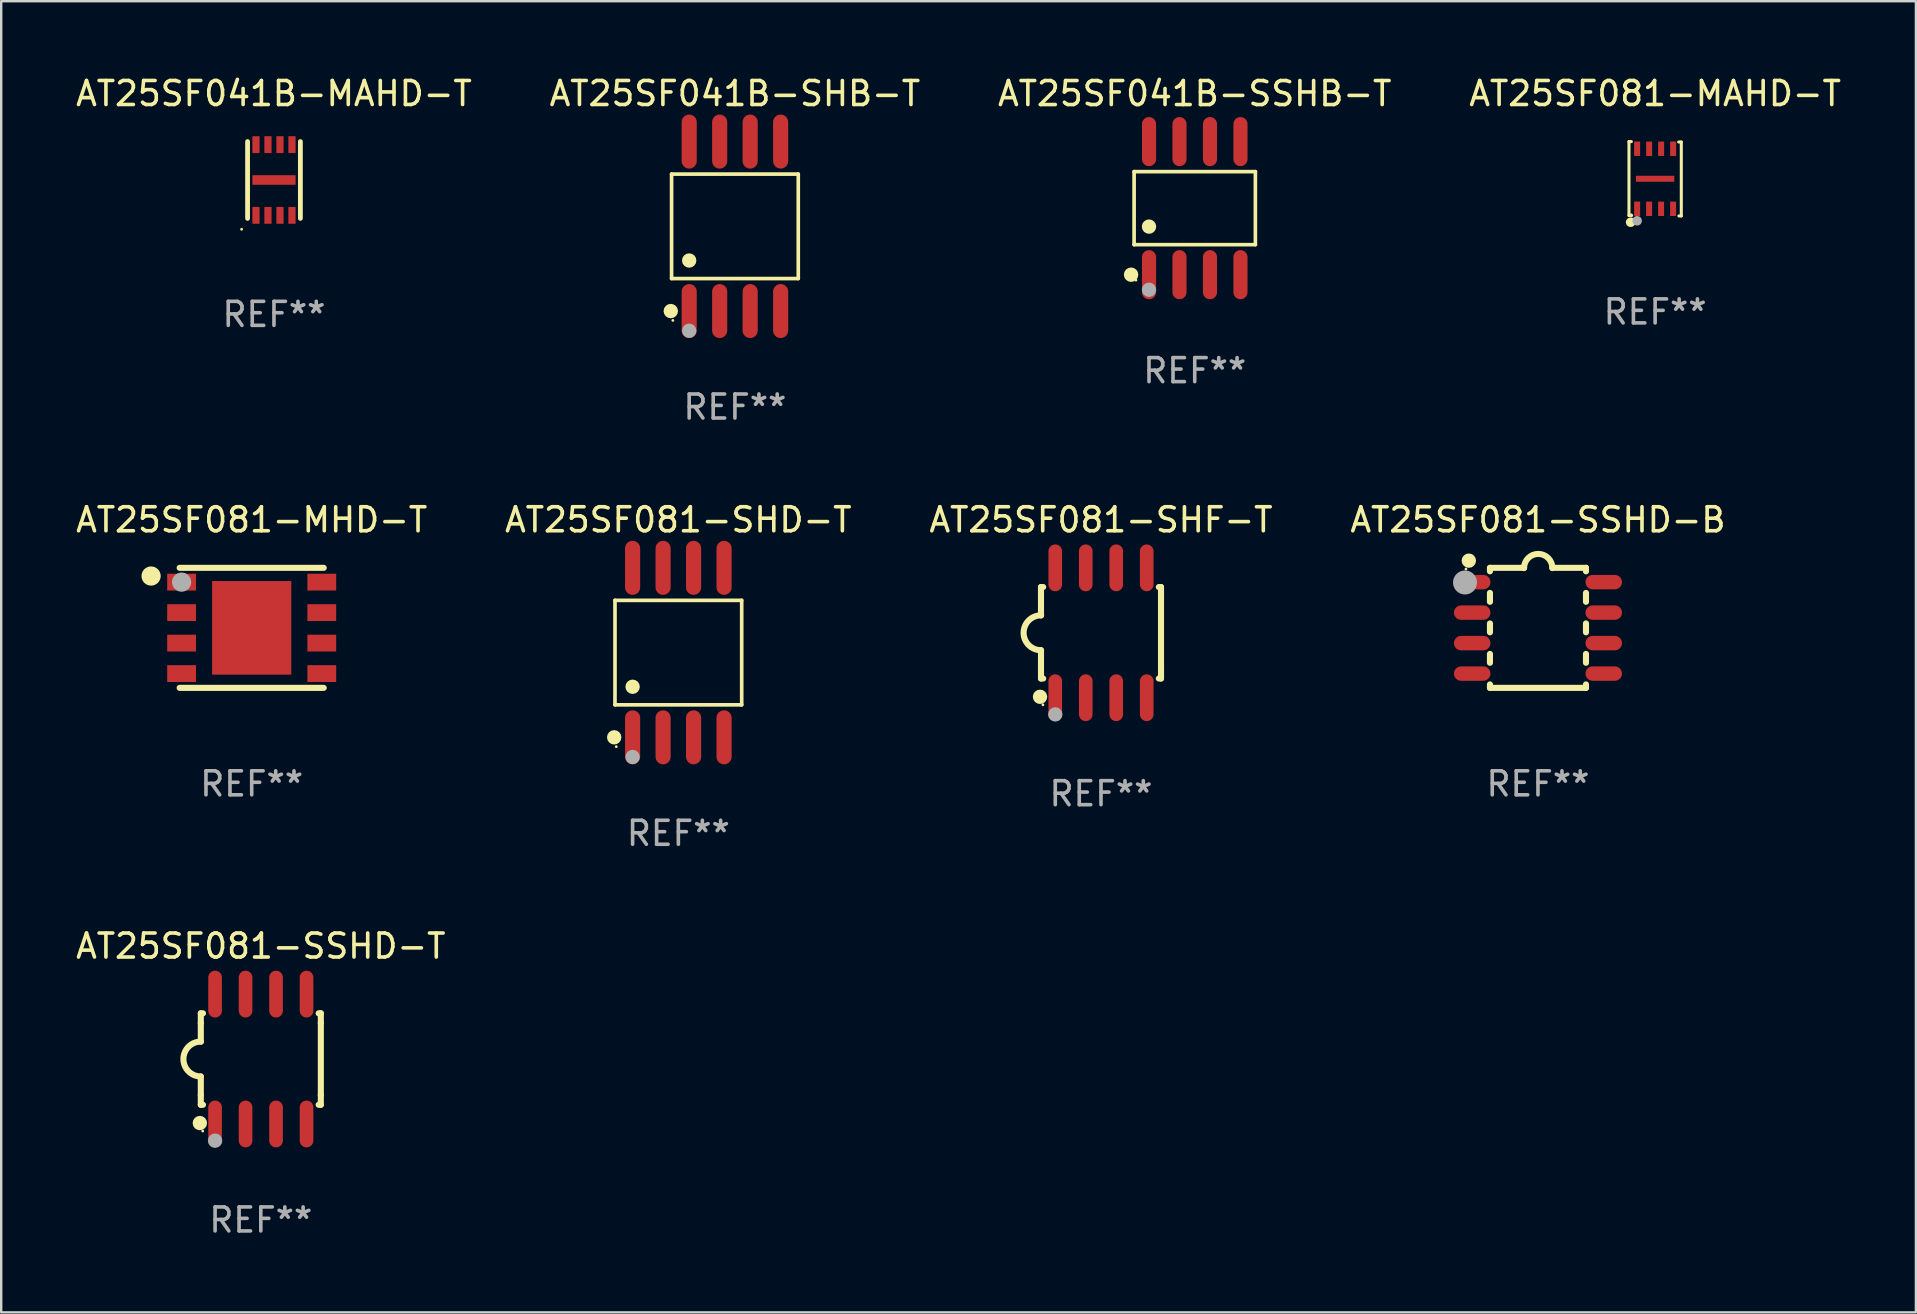
<source format=kicad_pcb>
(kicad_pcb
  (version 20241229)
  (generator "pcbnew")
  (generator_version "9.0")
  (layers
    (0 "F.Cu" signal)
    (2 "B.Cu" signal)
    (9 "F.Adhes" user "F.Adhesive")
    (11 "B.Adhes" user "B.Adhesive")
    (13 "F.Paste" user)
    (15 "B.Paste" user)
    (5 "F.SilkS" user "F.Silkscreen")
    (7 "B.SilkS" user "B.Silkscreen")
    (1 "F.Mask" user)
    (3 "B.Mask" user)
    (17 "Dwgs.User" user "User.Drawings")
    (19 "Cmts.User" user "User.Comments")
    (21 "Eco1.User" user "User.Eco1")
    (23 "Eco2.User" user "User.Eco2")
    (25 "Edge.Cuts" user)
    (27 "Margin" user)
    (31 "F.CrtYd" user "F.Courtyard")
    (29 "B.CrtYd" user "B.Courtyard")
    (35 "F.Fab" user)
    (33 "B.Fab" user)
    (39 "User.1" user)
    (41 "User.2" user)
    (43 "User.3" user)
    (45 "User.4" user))
  (footprint "AT25SF081-MAHD-T"
    (layer "F.Cu")
    (at 65.899 4.397)
    (property "Reference" "AT25SF081-MAHD-T" (at 0 -3.549 0) (layer "F.SilkS") (effects (font (size 1 1) (thickness 0.15))))
    (attr through_hole)
    (fp_line (start -1.09 -1.549) (end -1.09 1.531) (stroke (width 0.127) (type solid)) (layer "F.SilkS"))
    (fp_line (start -1.09 1.531) (end -0.98 1.531) (stroke (width 0.127) (type solid)) (layer "F.SilkS"))
    (fp_line (start -0.99 -1.549) (end -1.09 -1.549) (stroke (width 0.127) (type solid)) (layer "F.SilkS"))
    (fp_line (start 0.99 1.549) (end 1.09 1.549) (stroke (width 0.127) (type solid)) (layer "F.SilkS"))
    (fp_line (start 1.09 -1.531) (end 0.98 -1.531) (stroke (width 0.127) (type solid)) (layer "F.SilkS"))
    (fp_line (start 1.09 1.549) (end 1.09 -1.531) (stroke (width 0.127) (type solid)) (layer "F.SilkS"))
    (fp_circle (center -1.02 1.811) (end -0.92 1.811) (stroke (width 0.2) (type solid)) (fill no) (layer "F.SilkS"))
    (fp_circle (center -1 1.5) (end -0.97 1.5) (stroke (width 0.06) (type solid)) (fill no) (layer "F.SilkS"))
    (fp_circle (center -0.75 1.751) (end -0.65 1.751) (stroke (width 0.2) (type solid)) (fill no) (layer "F.Fab"))
    (fp_text user "REF**" (at 0 5.549 0) (layer "F.Fab") (effects (font (size 1 1) (thickness 0.15))))
    (pad "1" smd rect (at -0.75 1.25 180) (size 0.25 0.6) (layers "F.Cu" "F.Mask" "F.Paste"))
    (pad "2" smd rect (at -0.252 1.252 180) (size 0.25 0.6) (layers "F.Cu" "F.Mask" "F.Paste"))
    (pad "3" smd rect (at 0.248 1.252 180) (size 0.25 0.6) (layers "F.Cu" "F.Mask" "F.Paste"))
    (pad "4" smd rect (at 0.748 1.252 180) (size 0.25 0.6) (layers "F.Cu" "F.Mask" "F.Paste"))
    (pad "5" smd rect (at 0.75 -1.25 180) (size 0.25 0.6) (layers "F.Cu" "F.Mask" "F.Paste"))
    (pad "6" smd rect (at 0.25 -1.25 180) (size 0.25 0.6) (layers "F.Cu" "F.Mask" "F.Paste"))
    (pad "7" smd rect (at -0.25 -1.25 180) (size 0.25 0.6) (layers "F.Cu" "F.Mask" "F.Paste"))
    (pad "8" smd rect (at -0.75 -1.25 180) (size 0.25 0.6) (layers "F.Cu" "F.Mask" "F.Paste"))
    (pad "9" smd rect (at -0.000102 0 270) (size 0.25 1.6) (layers "F.Cu" "F.Mask" "F.Paste")))
  (footprint "AT25SF081-SSHD-T"
    (layer "F.Cu")
    (at 7.815 41.067)
    (property "Reference" "AT25SF081-SSHD-T" (at 0 -4.705 0) (layer "F.SilkS") (effects (font (size 1 1) (thickness 0.15))))
    (attr through_hole)
    (fp_line (start -2.5 -1.905) (end -2.409 -1.905) (stroke (width 0.254) (type solid)) (layer "F.SilkS"))
    (fp_line (start -2.5 -1.5) (end -2.5 -1.905) (stroke (width 0.254) (type solid)) (layer "F.SilkS"))
    (fp_line (start -2.5 -1.5) (end -2.5 -0.726) (stroke (width 0.254) (type solid)) (layer "F.SilkS"))
    (fp_line (start -2.5 1.5) (end -2.5 0.727) (stroke (width 0.254) (type solid)) (layer "F.SilkS"))
    (fp_line (start -2.5 1.5) (end -2.5 1.905) (stroke (width 0.254) (type solid)) (layer "F.SilkS"))
    (fp_line (start -2.5 1.905) (end -2.409 1.905) (stroke (width 0.254) (type solid)) (layer "F.SilkS"))
    (fp_line (start 2.5 -1.905) (end 2.409 -1.905) (stroke (width 0.254) (type solid)) (layer "F.SilkS"))
    (fp_line (start 2.5 -1.5) (end 2.5 -1.905) (stroke (width 0.254) (type solid)) (layer "F.SilkS"))
    (fp_line (start 2.5 -1.5) (end 2.5 1.5) (stroke (width 0.254) (type solid)) (layer "F.SilkS"))
    (fp_line (start 2.5 1.5) (end 2.5 1.905) (stroke (width 0.254) (type solid)) (layer "F.SilkS"))
    (fp_line (start 2.5 1.905) (end 2.409 1.905) (stroke (width 0.254) (type solid)) (layer "F.SilkS"))
    (fp_arc (start -2.5 0.726568) (mid -3.220316 -0.0023) (end -2.495097 -0.726289) (stroke (width 0.254001) (type solid)) (layer "F.SilkS"))
    (fp_circle (center -2.54 2.667) (end -2.39 2.667) (stroke (width 0.3) (type solid)) (fill no) (layer "F.SilkS"))
    (fp_circle (center -2.42 3) (end -2.39 3) (stroke (width 0.06) (type solid)) (fill no) (layer "F.SilkS"))
    (fp_circle (center -1.905 3.4) (end -1.755 3.4) (stroke (width 0.3) (type solid)) (fill no) (layer "F.Fab"))
    (fp_text user "REF**" (at 0 6.705 0) (layer "F.Fab") (effects (font (size 1 1) (thickness 0.15))))
    (pad "1" smd oval (at -1.905 2.705) (size 0.568 1.95) (layers "F.Cu" "F.Mask" "F.Paste"))
    (pad "2" smd oval (at -0.635 2.705) (size 0.568 1.95) (layers "F.Cu" "F.Mask" "F.Paste"))
    (pad "3" smd oval (at 0.635 2.705) (size 0.568 1.95) (layers "F.Cu" "F.Mask" "F.Paste"))
    (pad "4" smd oval (at 1.905 2.705) (size 0.568 1.95) (layers "F.Cu" "F.Mask" "F.Paste"))
    (pad "5" smd oval (at 1.905 -2.705) (size 0.568 1.95) (layers "F.Cu" "F.Mask" "F.Paste"))
    (pad "6" smd oval (at 0.635 -2.705) (size 0.568 1.95) (layers "F.Cu" "F.Mask" "F.Paste"))
    (pad "7" smd oval (at -0.635 -2.705) (size 0.568 1.95) (layers "F.Cu" "F.Mask" "F.Paste"))
    (pad "8" smd oval (at -1.905 -2.705) (size 0.568 1.95) (layers "F.Cu" "F.Mask" "F.Paste")))
  (footprint "AT25SF041B-SHB-T"
    (layer "F.Cu")
    (at 27.565 6.378)
    (property "Reference" "AT25SF041B-SHB-T" (at 0 -5.53 0) (layer "F.SilkS") (effects (font (size 1 1) (thickness 0.15))))
    (attr through_hole)
    (fp_line (start -2.639 -2.176) (end 2.639 -2.176) (stroke (width 0.152) (type solid)) (layer "F.SilkS"))
    (fp_line (start -2.639 2.176) (end -2.639 -2.176) (stroke (width 0.152) (type solid)) (layer "F.SilkS"))
    (fp_line (start 2.639 -2.176) (end 2.639 2.176) (stroke (width 0.152) (type solid)) (layer "F.SilkS"))
    (fp_line (start 2.639 2.176) (end -2.639 2.176) (stroke (width 0.152) (type solid)) (layer "F.SilkS"))
    (fp_circle (center -2.672 3.53) (end -2.522 3.53) (stroke (width 0.3) (type solid)) (fill no) (layer "F.SilkS"))
    (fp_circle (center -2.585 3.92) (end -2.555 3.92) (stroke (width 0.06) (type solid)) (fill no) (layer "F.SilkS"))
    (fp_circle (center -1.905 1.424) (end -1.755 1.424) (stroke (width 0.3) (type solid)) (fill no) (layer "F.SilkS"))
    (fp_circle (center -1.905 4.35) (end -1.755 4.35) (stroke (width 0.3) (type solid)) (fill no) (layer "F.Fab"))
    (fp_text user "REF**" (at 0 7.53 0) (layer "F.Fab") (effects (font (size 1 1) (thickness 0.15))))
    (pad "1" smd oval (at -1.905 3.53) (size 0.63 2.25) (layers "F.Cu" "F.Mask" "F.Paste"))
    (pad "2" smd oval (at -0.635 3.53) (size 0.63 2.25) (layers "F.Cu" "F.Mask" "F.Paste"))
    (pad "3" smd oval (at 0.635 3.53) (size 0.63 2.25) (layers "F.Cu" "F.Mask" "F.Paste"))
    (pad "4" smd oval (at 1.905 3.53) (size 0.63 2.25) (layers "F.Cu" "F.Mask" "F.Paste"))
    (pad "5" smd oval (at 1.905 -3.53) (size 0.63 2.25) (layers "F.Cu" "F.Mask" "F.Paste"))
    (pad "6" smd oval (at 0.635 -3.53) (size 0.63 2.25) (layers "F.Cu" "F.Mask" "F.Paste"))
    (pad "7" smd oval (at -0.635 -3.53) (size 0.63 2.25) (layers "F.Cu" "F.Mask" "F.Paste"))
    (pad "8" smd oval (at -1.905 -3.53) (size 0.63 2.25) (layers "F.Cu" "F.Mask" "F.Paste")))
  (footprint "AT25SF041B-MAHD-T"
    (layer "F.Cu")
    (at 8.363 4.448)
    (property "Reference" "AT25SF041B-MAHD-T" (at 0 -3.6 0) (layer "F.SilkS") (effects (font (size 1 1) (thickness 0.15))))
    (attr through_hole)
    (fp_line (start -1.1 1.6) (end -1.1 -1.6) (stroke (width 0.2) (type solid)) (layer "F.SilkS"))
    (fp_line (start 1.1 1.6) (end 1.1 -1.6) (stroke (width 0.2) (type solid)) (layer "F.SilkS"))
    (fp_circle (center -1.348 2.052) (end -1.318 2.052) (stroke (width 0.06) (type solid)) (fill no) (layer "F.SilkS"))
    (fp_text user "REF**" (at 0 5.6 0) (layer "F.Fab") (effects (font (size 1 1) (thickness 0.15))))
    (pad "1" smd rect (at -0.75 1.473 90) (size 0.7 0.3) (layers "F.Cu" "F.Mask" "F.Paste"))
    (pad "2" smd rect (at -0.25 1.473 90) (size 0.7 0.3) (layers "F.Cu" "F.Mask" "F.Paste"))
    (pad "3" smd rect (at 0.25 1.473 90) (size 0.7 0.3) (layers "F.Cu" "F.Mask" "F.Paste"))
    (pad "4" smd rect (at 0.75 1.473 90) (size 0.7 0.3) (layers "F.Cu" "F.Mask" "F.Paste"))
    (pad "5" smd rect (at 0.75 -1.473 90) (size 0.7 0.3) (layers "F.Cu" "F.Mask" "F.Paste"))
    (pad "6" smd rect (at 0.25 -1.473 90) (size 0.7 0.3) (layers "F.Cu" "F.Mask" "F.Paste"))
    (pad "7" smd rect (at -0.25 -1.473 90) (size 0.7 0.3) (layers "F.Cu" "F.Mask" "F.Paste"))
    (pad "8" smd rect (at -0.75 -1.473 90) (size 0.7 0.3) (layers "F.Cu" "F.Mask" "F.Paste"))
    (pad "9" smd rect (at 0.000127 0) (size 1.8 0.4) (layers "F.Cu" "F.Mask" "F.Paste")))
  (footprint "AT25SF081-SHD-T"
    (layer "F.Cu")
    (at 25.208 24.135)
    (property "Reference" "AT25SF081-SHD-T" (at 0 -5.53 0) (layer "F.SilkS") (effects (font (size 1 1) (thickness 0.15))))
    (attr through_hole)
    (fp_line (start -2.639 -2.176) (end 2.639 -2.176) (stroke (width 0.152) (type solid)) (layer "F.SilkS"))
    (fp_line (start -2.639 2.176) (end -2.639 -2.176) (stroke (width 0.152) (type solid)) (layer "F.SilkS"))
    (fp_line (start 2.639 -2.176) (end 2.639 2.176) (stroke (width 0.152) (type solid)) (layer "F.SilkS"))
    (fp_line (start 2.639 2.176) (end -2.639 2.176) (stroke (width 0.152) (type solid)) (layer "F.SilkS"))
    (fp_circle (center -2.672 3.53) (end -2.522 3.53) (stroke (width 0.3) (type solid)) (fill no) (layer "F.SilkS"))
    (fp_circle (center -2.585 3.92) (end -2.555 3.92) (stroke (width 0.06) (type solid)) (fill no) (layer "F.SilkS"))
    (fp_circle (center -1.905 1.424) (end -1.755 1.424) (stroke (width 0.3) (type solid)) (fill no) (layer "F.SilkS"))
    (fp_circle (center -1.905 4.35) (end -1.755 4.35) (stroke (width 0.3) (type solid)) (fill no) (layer "F.Fab"))
    (fp_text user "REF**" (at 0 7.53 0) (layer "F.Fab") (effects (font (size 1 1) (thickness 0.15))))
    (pad "1" smd oval (at -1.905 3.53) (size 0.63 2.25) (layers "F.Cu" "F.Mask" "F.Paste"))
    (pad "2" smd oval (at -0.635 3.53) (size 0.63 2.25) (layers "F.Cu" "F.Mask" "F.Paste"))
    (pad "3" smd oval (at 0.635 3.53) (size 0.63 2.25) (layers "F.Cu" "F.Mask" "F.Paste"))
    (pad "4" smd oval (at 1.905 3.53) (size 0.63 2.25) (layers "F.Cu" "F.Mask" "F.Paste"))
    (pad "5" smd oval (at 1.905 -3.53) (size 0.63 2.25) (layers "F.Cu" "F.Mask" "F.Paste"))
    (pad "6" smd oval (at 0.635 -3.53) (size 0.63 2.25) (layers "F.Cu" "F.Mask" "F.Paste"))
    (pad "7" smd oval (at -0.635 -3.53) (size 0.63 2.25) (layers "F.Cu" "F.Mask" "F.Paste"))
    (pad "8" smd oval (at -1.905 -3.53) (size 0.63 2.25) (layers "F.Cu" "F.Mask" "F.Paste")))
  (footprint "AT25SF081-SSHD-B"
    (layer "F.Cu")
    (at 61.018 23.105)
    (property "Reference" "AT25SF081-SSHD-B" (at 0 -4.5 0) (layer "F.SilkS") (effects (font (size 1 1) (thickness 0.15))))
    (attr through_hole)
    (fp_line (start -2 -2.5) (end -2 -2.356) (stroke (width 0.254) (type solid)) (layer "F.SilkS"))
    (fp_line (start -2 -1.454) (end -2 -1.086) (stroke (width 0.254) (type solid)) (layer "F.SilkS"))
    (fp_line (start -2 -0.184) (end -2 0.184) (stroke (width 0.254) (type solid)) (layer "F.SilkS"))
    (fp_line (start -2 1.086) (end -2 1.454) (stroke (width 0.254) (type solid)) (layer "F.SilkS"))
    (fp_line (start -2 2.356) (end -2 2.5) (stroke (width 0.254) (type solid)) (layer "F.SilkS"))
    (fp_line (start -0.58 -2.5) (end -2 -2.5) (stroke (width 0.254) (type solid)) (layer "F.SilkS"))
    (fp_line (start 2 -2.5) (end 0.6 -2.5) (stroke (width 0.254) (type solid)) (layer "F.SilkS"))
    (fp_line (start 2 -2.5) (end 2 -2.356) (stroke (width 0.254) (type solid)) (layer "F.SilkS"))
    (fp_line (start 2 -1.454) (end 2 -1.086) (stroke (width 0.254) (type solid)) (layer "F.SilkS"))
    (fp_line (start 2 -0.184) (end 2 0.184) (stroke (width 0.254) (type solid)) (layer "F.SilkS"))
    (fp_line (start 2 1.086) (end 2 1.454) (stroke (width 0.254) (type solid)) (layer "F.SilkS"))
    (fp_line (start 2 2.356) (end 2 2.5) (stroke (width 0.254) (type solid)) (layer "F.SilkS"))
    (fp_line (start 2 2.5) (end -2 2.5) (stroke (width 0.254) (type solid)) (layer "F.SilkS"))
    (fp_arc (start -0.579908 -2.489992) (mid 0.010097 -3.07831) (end 0.600102 -2.489992) (stroke (width 0.254001) (type solid)) (layer "F.SilkS"))
    (fp_circle (center -3 -2.45) (end -2.97 -2.45) (stroke (width 0.06) (type solid)) (fill no) (layer "F.SilkS"))
    (fp_circle (center -2.88 -2.8) (end -2.73 -2.8) (stroke (width 0.3) (type solid)) (fill no) (layer "F.SilkS"))
    (fp_circle (center -3.04 -1.89) (end -2.79 -1.89) (stroke (width 0.5) (type solid)) (fill no) (layer "F.Fab"))
    (fp_text user "REF**" (at 0 6.5 0) (layer "F.Fab") (effects (font (size 1 1) (thickness 0.15))))
    (pad "1" smd oval (at -2.74 -1.905 90) (size 0.6 1.52) (layers "F.Cu" "F.Mask" "F.Paste"))
    (pad "2" smd oval (at -2.74 -0.635 90) (size 0.6 1.52) (layers "F.Cu" "F.Mask" "F.Paste"))
    (pad "3" smd oval (at -2.74 0.635 90) (size 0.6 1.52) (layers "F.Cu" "F.Mask" "F.Paste"))
    (pad "4" smd oval (at -2.74 1.905 90) (size 0.6 1.52) (layers "F.Cu" "F.Mask" "F.Paste"))
    (pad "5" smd oval (at 2.74 1.905 90) (size 0.6 1.52) (layers "F.Cu" "F.Mask" "F.Paste"))
    (pad "6" smd oval (at 2.74 0.635 90) (size 0.6 1.52) (layers "F.Cu" "F.Mask" "F.Paste"))
    (pad "7" smd oval (at 2.74 -0.635 90) (size 0.6 1.52) (layers "F.Cu" "F.Mask" "F.Paste"))
    (pad "8" smd oval (at 2.74 -1.905 90) (size 0.6 1.52) (layers "F.Cu" "F.Mask" "F.Paste")))
  (footprint "AT25SF081-SHF-T"
    (layer "F.Cu")
    (at 42.815 23.31)
    (property "Reference" "AT25SF081-SHF-T" (at 0 -4.705 0) (layer "F.SilkS") (effects (font (size 1 1) (thickness 0.15))))
    (attr through_hole)
    (fp_line (start -2.5 -1.905) (end -2.409 -1.905) (stroke (width 0.254) (type solid)) (layer "F.SilkS"))
    (fp_line (start -2.5 -1.5) (end -2.5 -1.905) (stroke (width 0.254) (type solid)) (layer "F.SilkS"))
    (fp_line (start -2.5 -1.5) (end -2.5 -0.726) (stroke (width 0.254) (type solid)) (layer "F.SilkS"))
    (fp_line (start -2.5 1.5) (end -2.5 0.727) (stroke (width 0.254) (type solid)) (layer "F.SilkS"))
    (fp_line (start -2.5 1.5) (end -2.5 1.905) (stroke (width 0.254) (type solid)) (layer "F.SilkS"))
    (fp_line (start -2.5 1.905) (end -2.409 1.905) (stroke (width 0.254) (type solid)) (layer "F.SilkS"))
    (fp_line (start 2.5 -1.905) (end 2.409 -1.905) (stroke (width 0.254) (type solid)) (layer "F.SilkS"))
    (fp_line (start 2.5 -1.5) (end 2.5 -1.905) (stroke (width 0.254) (type solid)) (layer "F.SilkS"))
    (fp_line (start 2.5 -1.5) (end 2.5 1.5) (stroke (width 0.254) (type solid)) (layer "F.SilkS"))
    (fp_line (start 2.5 1.5) (end 2.5 1.905) (stroke (width 0.254) (type solid)) (layer "F.SilkS"))
    (fp_line (start 2.5 1.905) (end 2.409 1.905) (stroke (width 0.254) (type solid)) (layer "F.SilkS"))
    (fp_arc (start -2.5 0.726568) (mid -3.220316 -0.0023) (end -2.495097 -0.726289) (stroke (width 0.254001) (type solid)) (layer "F.SilkS"))
    (fp_circle (center -2.54 2.667) (end -2.39 2.667) (stroke (width 0.3) (type solid)) (fill no) (layer "F.SilkS"))
    (fp_circle (center -2.42 3) (end -2.39 3) (stroke (width 0.06) (type solid)) (fill no) (layer "F.SilkS"))
    (fp_circle (center -1.905 3.4) (end -1.755 3.4) (stroke (width 0.3) (type solid)) (fill no) (layer "F.Fab"))
    (fp_text user "REF**" (at 0 6.705 0) (layer "F.Fab") (effects (font (size 1 1) (thickness 0.15))))
    (pad "1" smd oval (at -1.905 2.705) (size 0.568 1.95) (layers "F.Cu" "F.Mask" "F.Paste"))
    (pad "2" smd oval (at -0.635 2.705) (size 0.568 1.95) (layers "F.Cu" "F.Mask" "F.Paste"))
    (pad "3" smd oval (at 0.635 2.705) (size 0.568 1.95) (layers "F.Cu" "F.Mask" "F.Paste"))
    (pad "4" smd oval (at 1.905 2.705) (size 0.568 1.95) (layers "F.Cu" "F.Mask" "F.Paste"))
    (pad "5" smd oval (at 1.905 -2.705) (size 0.568 1.95) (layers "F.Cu" "F.Mask" "F.Paste"))
    (pad "6" smd oval (at 0.635 -2.705) (size 0.568 1.95) (layers "F.Cu" "F.Mask" "F.Paste"))
    (pad "7" smd oval (at -0.635 -2.705) (size 0.568 1.95) (layers "F.Cu" "F.Mask" "F.Paste"))
    (pad "8" smd oval (at -1.905 -2.705) (size 0.568 1.95) (layers "F.Cu" "F.Mask" "F.Paste")))
  (footprint "AT25SF041B-SSHB-T"
    (layer "F.Cu")
    (at 46.72 5.621)
    (property "Reference" "AT25SF041B-SSHB-T" (at 0 -4.772 0) (layer "F.SilkS") (effects (font (size 1 1) (thickness 0.15))))
    (attr through_hole)
    (fp_line (start -2.526 -1.521) (end 2.526 -1.521) (stroke (width 0.152) (type solid)) (layer "F.SilkS"))
    (fp_line (start -2.526 1.521) (end -2.526 -1.521) (stroke (width 0.152) (type solid)) (layer "F.SilkS"))
    (fp_line (start 2.526 -1.521) (end 2.526 1.521) (stroke (width 0.152) (type solid)) (layer "F.SilkS"))
    (fp_line (start 2.526 1.521) (end -2.526 1.521) (stroke (width 0.152) (type solid)) (layer "F.SilkS"))
    (fp_circle (center -2.652 2.772) (end -2.501 2.772) (stroke (width 0.3) (type solid)) (fill no) (layer "F.SilkS"))
    (fp_circle (center -2.45 3) (end -2.42 3) (stroke (width 0.06) (type solid)) (fill no) (layer "F.SilkS"))
    (fp_circle (center -1.905 0.769) (end -1.755 0.769) (stroke (width 0.3) (type solid)) (fill no) (layer "F.SilkS"))
    (fp_circle (center -1.905 3.4) (end -1.755 3.4) (stroke (width 0.3) (type solid)) (fill no) (layer "F.Fab"))
    (fp_text user "REF**" (at 0 6.772 0) (layer "F.Fab") (effects (font (size 1 1) (thickness 0.15))))
    (pad "1" smd oval (at -1.905 2.772) (size 0.588 2.045) (layers "F.Cu" "F.Mask" "F.Paste"))
    (pad "2" smd oval (at -0.635 2.772) (size 0.588 2.045) (layers "F.Cu" "F.Mask" "F.Paste"))
    (pad "3" smd oval (at 0.635 2.772) (size 0.588 2.045) (layers "F.Cu" "F.Mask" "F.Paste"))
    (pad "4" smd oval (at 1.905 2.772) (size 0.588 2.045) (layers "F.Cu" "F.Mask" "F.Paste"))
    (pad "5" smd oval (at 1.905 -2.772) (size 0.588 2.045) (layers "F.Cu" "F.Mask" "F.Paste"))
    (pad "6" smd oval (at 0.635 -2.772) (size 0.588 2.045) (layers "F.Cu" "F.Mask" "F.Paste"))
    (pad "7" smd oval (at -0.635 -2.772) (size 0.588 2.045) (layers "F.Cu" "F.Mask" "F.Paste"))
    (pad "8" smd oval (at -1.905 -2.772) (size 0.588 2.045) (layers "F.Cu" "F.Mask" "F.Paste")))
  (footprint "AT25SF081-MHD-T"
    (layer "F.Cu")
    (at 7.435 23.105)
    (property "Reference" "AT25SF081-MHD-T" (at 0 -4.5 0) (layer "F.SilkS") (effects (font (size 1 1) (thickness 0.15))))
    (attr through_hole)
    (fp_line (start 3 -2.5) (end -3 -2.5) (stroke (width 0.254) (type solid)) (layer "F.SilkS"))
    (fp_line (start 3 2.5) (end -3 2.5) (stroke (width 0.254) (type solid)) (layer "F.SilkS"))
    (fp_circle (center -4.191 -2.159) (end -3.991 -2.159) (stroke (width 0.4) (type solid)) (fill no) (layer "F.SilkS"))
    (fp_circle (center -3 -2.5) (end -2.97 -2.5) (stroke (width 0.06) (type solid)) (fill no) (layer "F.SilkS"))
    (fp_circle (center -2.92 -1.905) (end -2.72 -1.905) (stroke (width 0.4) (type solid)) (fill no) (layer "F.Fab"))
    (fp_text user "REF**" (at 0 6.5 0) (layer "F.Fab") (effects (font (size 1 1) (thickness 0.15))))
    (pad "1" smd rect (at -2.92 -1.905) (size 1.2 0.7) (layers "F.Cu" "F.Mask" "F.Paste"))
    (pad "2" smd rect (at -2.92 -0.635) (size 1.2 0.7) (layers "F.Cu" "F.Mask" "F.Paste"))
    (pad "3" smd rect (at -2.92 0.635) (size 1.2 0.7) (layers "F.Cu" "F.Mask" "F.Paste"))
    (pad "4" smd rect (at -2.92 1.905) (size 1.2 0.7) (layers "F.Cu" "F.Mask" "F.Paste"))
    (pad "5" smd rect (at 2.92 1.905) (size 1.2 0.7) (layers "F.Cu" "F.Mask" "F.Paste"))
    (pad "6" smd rect (at 2.92 0.635) (size 1.2 0.7) (layers "F.Cu" "F.Mask" "F.Paste"))
    (pad "7" smd rect (at 2.92 -0.635) (size 1.2 0.7) (layers "F.Cu" "F.Mask" "F.Paste"))
    (pad "8" smd rect (at 2.92 -1.905) (size 1.2 0.7) (layers "F.Cu" "F.Mask" "F.Paste"))
    (pad "9" smd rect (at 0 0) (size 3.3 3.9) (layers "F.Cu" "F.Mask" "F.Paste")))
  (gr_rect
    (start -3 -3)
    (end 76.762 51.62)
    (stroke (width 0.1) (type default))
    (fill no)
    (layer "Edge.Cuts")))
</source>
